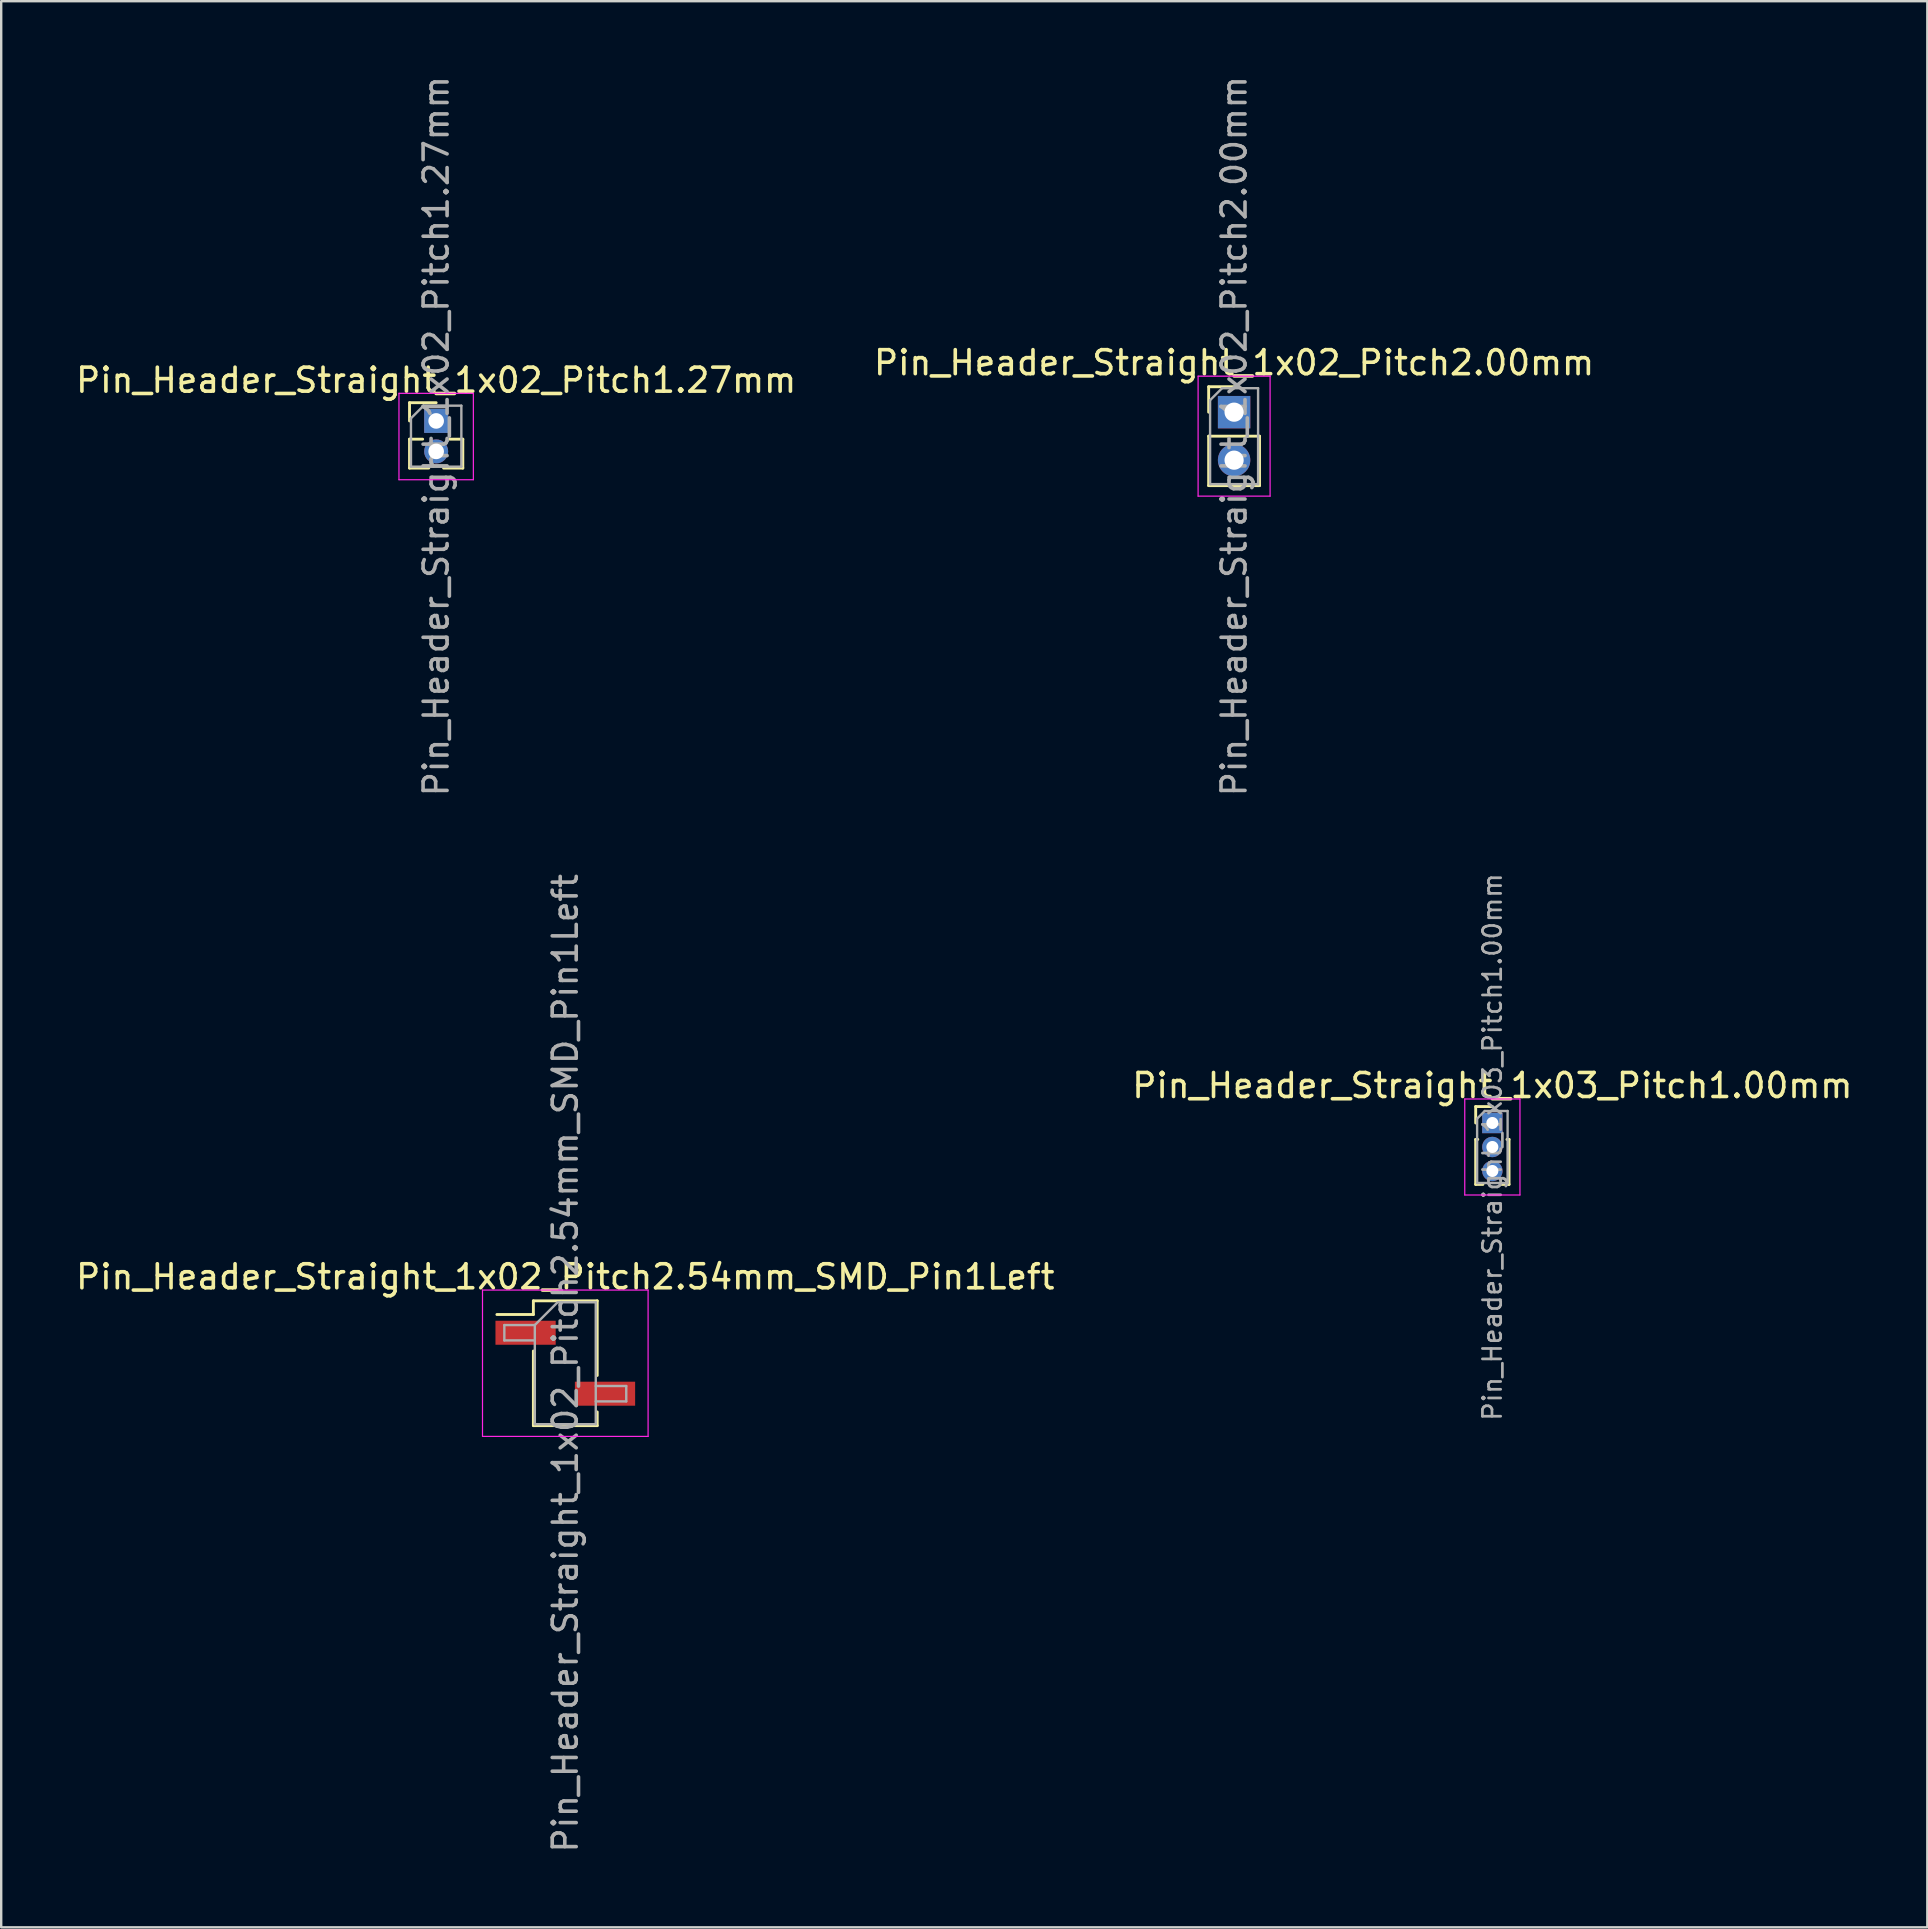
<source format=kicad_pcb>
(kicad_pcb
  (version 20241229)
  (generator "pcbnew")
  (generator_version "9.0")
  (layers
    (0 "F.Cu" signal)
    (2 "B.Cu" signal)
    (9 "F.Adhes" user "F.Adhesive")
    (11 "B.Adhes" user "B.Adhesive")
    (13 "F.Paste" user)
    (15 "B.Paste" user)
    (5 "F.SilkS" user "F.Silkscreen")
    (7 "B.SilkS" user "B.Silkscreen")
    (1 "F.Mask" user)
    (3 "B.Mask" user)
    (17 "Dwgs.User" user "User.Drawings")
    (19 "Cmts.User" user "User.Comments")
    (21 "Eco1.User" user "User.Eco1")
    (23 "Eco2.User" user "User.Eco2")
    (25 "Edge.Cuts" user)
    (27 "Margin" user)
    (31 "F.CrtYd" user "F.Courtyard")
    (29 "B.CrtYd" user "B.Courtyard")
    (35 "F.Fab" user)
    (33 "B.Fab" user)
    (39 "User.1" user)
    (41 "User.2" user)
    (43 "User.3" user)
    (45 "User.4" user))
  (footprint "Pin_Header_Straight_1x03_Pitch1.00mm"
    (layer "F.Cu")
    (at 59.137 43.745)
    (property "Reference" "Pin_Header_Straight_1x03_Pitch1.00mm" (at 0 -1.56 0) (layer "F.SilkS") (effects (font (size 1 1) (thickness 0.15))))
    (attr through_hole)
    (fp_line (start -0.695 -0.685) (end 0 -0.685) (stroke (width 0.12) (type solid)) (layer "F.SilkS"))
    (fp_line (start -0.695 0) (end -0.695 -0.685) (stroke (width 0.12) (type solid)) (layer "F.SilkS"))
    (fp_line (start -0.695 0.685) (end -0.695 2.56) (stroke (width 0.12) (type solid)) (layer "F.SilkS"))
    (fp_line (start -0.695 0.685) (end -0.608 0.685) (stroke (width 0.12) (type solid)) (layer "F.SilkS"))
    (fp_line (start -0.695 2.56) (end -0.394 2.56) (stroke (width 0.12) (type solid)) (layer "F.SilkS"))
    (fp_line (start 0.394 2.56) (end 0.695 2.56) (stroke (width 0.12) (type solid)) (layer "F.SilkS"))
    (fp_line (start 0.608 0.685) (end 0.695 0.685) (stroke (width 0.12) (type solid)) (layer "F.SilkS"))
    (fp_line (start 0.695 0.685) (end 0.695 2.56) (stroke (width 0.12) (type solid)) (layer "F.SilkS"))
    (fp_line (start -1.15 -1) (end -1.15 3) (stroke (width 0.05) (type solid)) (layer "F.CrtYd"))
    (fp_line (start -1.15 3) (end 1.15 3) (stroke (width 0.05) (type solid)) (layer "F.CrtYd"))
    (fp_line (start 1.15 -1) (end -1.15 -1) (stroke (width 0.05) (type solid)) (layer "F.CrtYd"))
    (fp_line (start 1.15 3) (end 1.15 -1) (stroke (width 0.05) (type solid)) (layer "F.CrtYd"))
    (fp_line (start -0.635 -0.182) (end -0.318 -0.5) (stroke (width 0.1) (type solid)) (layer "F.Fab"))
    (fp_line (start -0.635 2.5) (end -0.635 -0.182) (stroke (width 0.1) (type solid)) (layer "F.Fab"))
    (fp_line (start -0.318 -0.5) (end 0.635 -0.5) (stroke (width 0.1) (type solid)) (layer "F.Fab"))
    (fp_line (start 0.635 -0.5) (end 0.635 2.5) (stroke (width 0.1) (type solid)) (layer "F.Fab"))
    (fp_line (start 0.635 2.5) (end -0.635 2.5) (stroke (width 0.1) (type solid)) (layer "F.Fab"))
    (fp_text user "${REFERENCE}" (at 0 1 90) (layer "F.Fab") (effects (font (size 0.76 0.76) (thickness 0.114))))
    (pad "1" thru_hole rect (at 0 0) (size 0.85 0.85) (drill 0.5) (layers "*.Cu" "*.Mask"))
    (pad "2" thru_hole oval (at 0 1) (size 0.85 0.85) (drill 0.5) (layers "*.Cu" "*.Mask"))
    (pad "3" thru_hole oval (at 0 2) (size 0.85 0.85) (drill 0.5) (layers "*.Cu" "*.Mask")))
  (footprint "Pin_Header_Straight_1x02_Pitch2.00mm"
    (layer "F.Cu")
    (at 48.375 14.125)
    (property "Reference" "Pin_Header_Straight_1x02_Pitch2.00mm" (at 0 -2.06 0) (layer "F.SilkS") (effects (font (size 1 1) (thickness 0.15))))
    (attr through_hole)
    (fp_line (start -1.06 -1.06) (end 0 -1.06) (stroke (width 0.12) (type solid)) (layer "F.SilkS"))
    (fp_line (start -1.06 0) (end -1.06 -1.06) (stroke (width 0.12) (type solid)) (layer "F.SilkS"))
    (fp_line (start -1.06 1) (end -1.06 3.06) (stroke (width 0.12) (type solid)) (layer "F.SilkS"))
    (fp_line (start -1.06 1) (end 1.06 1) (stroke (width 0.12) (type solid)) (layer "F.SilkS"))
    (fp_line (start -1.06 3.06) (end 1.06 3.06) (stroke (width 0.12) (type solid)) (layer "F.SilkS"))
    (fp_line (start 1.06 1) (end 1.06 3.06) (stroke (width 0.12) (type solid)) (layer "F.SilkS"))
    (fp_line (start -1.5 -1.5) (end -1.5 3.5) (stroke (width 0.05) (type solid)) (layer "F.CrtYd"))
    (fp_line (start -1.5 3.5) (end 1.5 3.5) (stroke (width 0.05) (type solid)) (layer "F.CrtYd"))
    (fp_line (start 1.5 -1.5) (end -1.5 -1.5) (stroke (width 0.05) (type solid)) (layer "F.CrtYd"))
    (fp_line (start 1.5 3.5) (end 1.5 -1.5) (stroke (width 0.05) (type solid)) (layer "F.CrtYd"))
    (fp_line (start -1 -0.5) (end -0.5 -1) (stroke (width 0.1) (type solid)) (layer "F.Fab"))
    (fp_line (start -1 3) (end -1 -0.5) (stroke (width 0.1) (type solid)) (layer "F.Fab"))
    (fp_line (start -0.5 -1) (end 1 -1) (stroke (width 0.1) (type solid)) (layer "F.Fab"))
    (fp_line (start 1 -1) (end 1 3) (stroke (width 0.1) (type solid)) (layer "F.Fab"))
    (fp_line (start 1 3) (end -1 3) (stroke (width 0.1) (type solid)) (layer "F.Fab"))
    (fp_text user "${REFERENCE}" (at 0 1 90) (layer "F.Fab") (effects (font (size 1 1) (thickness 0.15))))
    (pad "1" thru_hole rect (at 0 0) (size 1.35 1.35) (drill 0.8) (layers "*.Cu" "*.Mask"))
    (pad "2" thru_hole oval (at 0 2) (size 1.35 1.35) (drill 0.8) (layers "*.Cu" "*.Mask")))
  (footprint "Pin_Header_Straight_1x02_Pitch1.27mm"
    (layer "F.Cu")
    (at 15.125 14.49)
    (property "Reference" "Pin_Header_Straight_1x02_Pitch1.27mm" (at 0 -1.695 0) (layer "F.SilkS") (effects (font (size 1 1) (thickness 0.15))))
    (attr through_hole)
    (fp_line (start -1.11 -0.76) (end 0 -0.76) (stroke (width 0.12) (type solid)) (layer "F.SilkS"))
    (fp_line (start -1.11 0) (end -1.11 -0.76) (stroke (width 0.12) (type solid)) (layer "F.SilkS"))
    (fp_line (start -1.11 0.76) (end -1.11 1.965) (stroke (width 0.12) (type solid)) (layer "F.SilkS"))
    (fp_line (start -1.11 0.76) (end -0.563 0.76) (stroke (width 0.12) (type solid)) (layer "F.SilkS"))
    (fp_line (start -1.11 1.965) (end -0.308 1.965) (stroke (width 0.12) (type solid)) (layer "F.SilkS"))
    (fp_line (start 0.308 1.965) (end 1.11 1.965) (stroke (width 0.12) (type solid)) (layer "F.SilkS"))
    (fp_line (start 0.563 0.76) (end 1.11 0.76) (stroke (width 0.12) (type solid)) (layer "F.SilkS"))
    (fp_line (start 1.11 0.76) (end 1.11 1.965) (stroke (width 0.12) (type solid)) (layer "F.SilkS"))
    (fp_line (start -1.55 -1.15) (end -1.55 2.45) (stroke (width 0.05) (type solid)) (layer "F.CrtYd"))
    (fp_line (start -1.55 2.45) (end 1.55 2.45) (stroke (width 0.05) (type solid)) (layer "F.CrtYd"))
    (fp_line (start 1.55 -1.15) (end -1.55 -1.15) (stroke (width 0.05) (type solid)) (layer "F.CrtYd"))
    (fp_line (start 1.55 2.45) (end 1.55 -1.15) (stroke (width 0.05) (type solid)) (layer "F.CrtYd"))
    (fp_line (start -1.05 -0.11) (end -0.525 -0.635) (stroke (width 0.1) (type solid)) (layer "F.Fab"))
    (fp_line (start -1.05 1.905) (end -1.05 -0.11) (stroke (width 0.1) (type solid)) (layer "F.Fab"))
    (fp_line (start -0.525 -0.635) (end 1.05 -0.635) (stroke (width 0.1) (type solid)) (layer "F.Fab"))
    (fp_line (start 1.05 -0.635) (end 1.05 1.905) (stroke (width 0.1) (type solid)) (layer "F.Fab"))
    (fp_line (start 1.05 1.905) (end -1.05 1.905) (stroke (width 0.1) (type solid)) (layer "F.Fab"))
    (fp_text user "${REFERENCE}" (at 0 0.635 90) (layer "F.Fab") (effects (font (size 1 1) (thickness 0.15))))
    (pad "1" thru_hole rect (at 0 0) (size 1 1) (drill 0.65) (layers "*.Cu" "*.Mask"))
    (pad "2" thru_hole oval (at 0 1.27) (size 1 1) (drill 0.65) (layers "*.Cu" "*.Mask")))
  (footprint "Pin_Header_Straight_1x02_Pitch2.54mm_SMD_Pin1Left"
    (layer "F.Cu")
    (at 20.506 53.756)
    (property "Reference" "Pin_Header_Straight_1x02_Pitch2.54mm_SMD_Pin1Left" (at 0 -3.6 0) (layer "F.SilkS") (effects (font (size 1 1) (thickness 0.15))))
    (attr smd)
    (fp_line (start -1.33 -2.6) (end -1.33 -2.03) (stroke (width 0.12) (type solid)) (layer "F.SilkS"))
    (fp_line (start -1.33 -2.6) (end 1.33 -2.6) (stroke (width 0.12) (type solid)) (layer "F.SilkS"))
    (fp_line (start -1.33 -2.03) (end -2.85 -2.03) (stroke (width 0.12) (type solid)) (layer "F.SilkS"))
    (fp_line (start -1.33 -0.51) (end -1.33 2.6) (stroke (width 0.12) (type solid)) (layer "F.SilkS"))
    (fp_line (start -1.33 2.6) (end 1.33 2.6) (stroke (width 0.12) (type solid)) (layer "F.SilkS"))
    (fp_line (start 1.33 -2.6) (end 1.33 0.51) (stroke (width 0.12) (type solid)) (layer "F.SilkS"))
    (fp_line (start 1.33 2.03) (end 1.33 2.6) (stroke (width 0.12) (type solid)) (layer "F.SilkS"))
    (fp_line (start -3.45 -3.05) (end -3.45 3.05) (stroke (width 0.05) (type solid)) (layer "F.CrtYd"))
    (fp_line (start -3.45 3.05) (end 3.45 3.05) (stroke (width 0.05) (type solid)) (layer "F.CrtYd"))
    (fp_line (start 3.45 -3.05) (end -3.45 -3.05) (stroke (width 0.05) (type solid)) (layer "F.CrtYd"))
    (fp_line (start 3.45 3.05) (end 3.45 -3.05) (stroke (width 0.05) (type solid)) (layer "F.CrtYd"))
    (fp_line (start -2.54 -1.59) (end -2.54 -0.95) (stroke (width 0.1) (type solid)) (layer "F.Fab"))
    (fp_line (start -2.54 -0.95) (end -1.27 -0.95) (stroke (width 0.1) (type solid)) (layer "F.Fab"))
    (fp_line (start -1.27 -1.59) (end -2.54 -1.59) (stroke (width 0.1) (type solid)) (layer "F.Fab"))
    (fp_line (start -1.27 -1.59) (end -0.32 -2.54) (stroke (width 0.1) (type solid)) (layer "F.Fab"))
    (fp_line (start -1.27 2.54) (end -1.27 -1.59) (stroke (width 0.1) (type solid)) (layer "F.Fab"))
    (fp_line (start -0.32 -2.54) (end 1.27 -2.54) (stroke (width 0.1) (type solid)) (layer "F.Fab"))
    (fp_line (start 1.27 -2.54) (end 1.27 2.54) (stroke (width 0.1) (type solid)) (layer "F.Fab"))
    (fp_line (start 1.27 0.95) (end 2.54 0.95) (stroke (width 0.1) (type solid)) (layer "F.Fab"))
    (fp_line (start 1.27 2.54) (end -1.27 2.54) (stroke (width 0.1) (type solid)) (layer "F.Fab"))
    (fp_line (start 2.54 0.95) (end 2.54 1.59) (stroke (width 0.1) (type solid)) (layer "F.Fab"))
    (fp_line (start 2.54 1.59) (end 1.27 1.59) (stroke (width 0.1) (type solid)) (layer "F.Fab"))
    (fp_text user "${REFERENCE}" (at 0 0 90) (layer "F.Fab") (effects (font (size 1 1) (thickness 0.15))))
    (pad "1" smd rect (at -1.655 -1.27) (size 2.51 1) (layers "F.Cu" "F.Mask" "F.Paste"))
    (pad "2" smd rect (at 1.655 1.27) (size 2.51 1) (layers "F.Cu" "F.Mask" "F.Paste")))
  (gr_rect
    (start -3 -3)
    (end 77.262 77.262)
    (stroke (width 0.1) (type default))
    (fill no)
    (layer "Edge.Cuts")))
</source>
